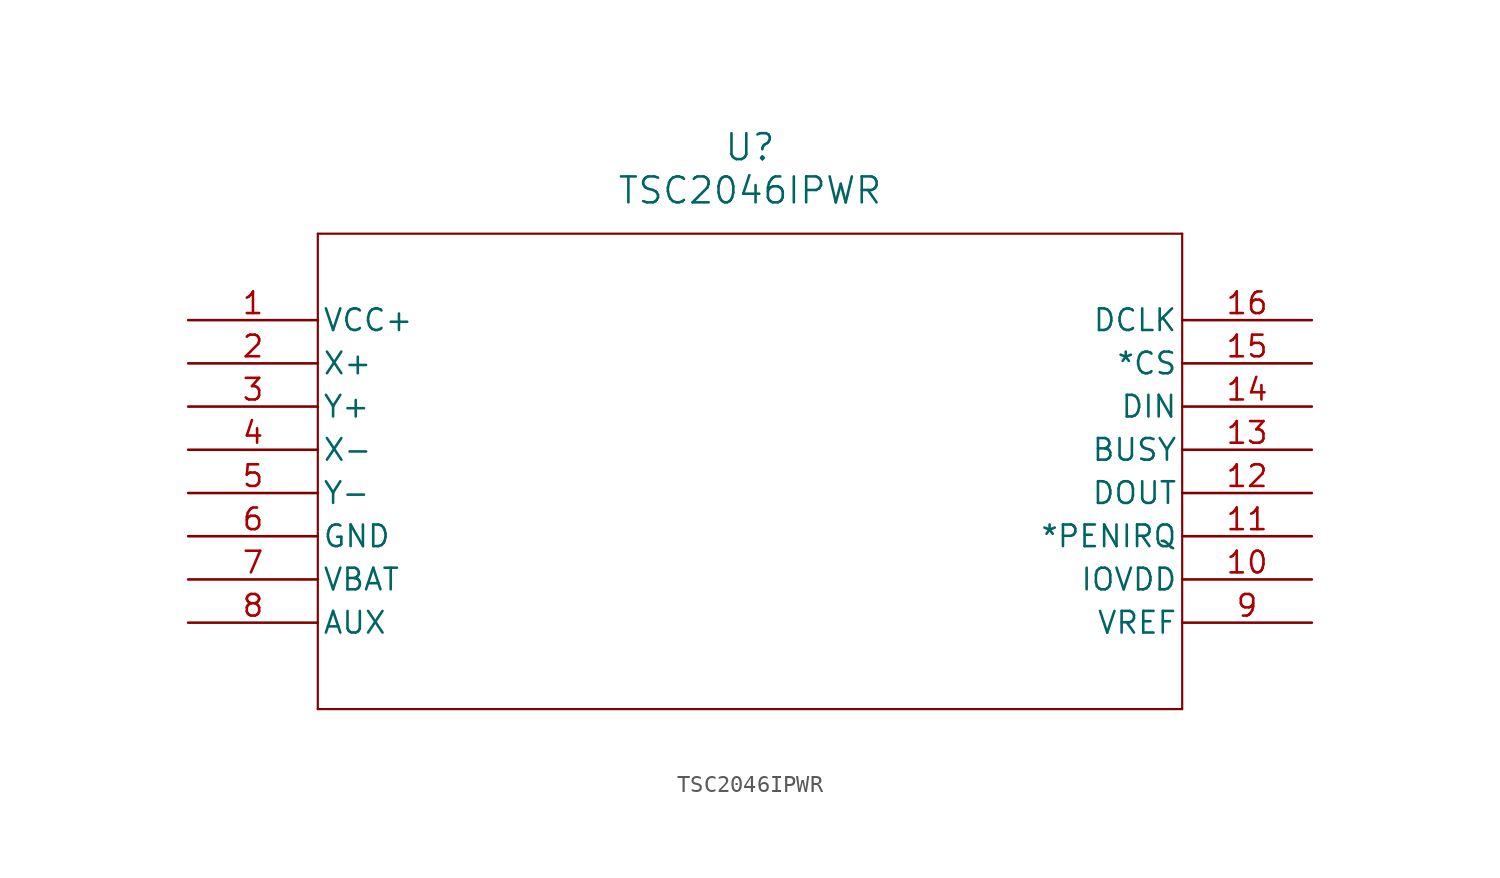
<source format=kicad_sym>
(kicad_symbol_lib
  (version 20211014)
  (generator kicad_symbol_editor)
  (symbol "TSC2046IPWR"
    (pin_names
      (offset 0.254))
    (property "Reference" "U"
      (at 33.02 10.16 0)
      (effects (font (size 1.524 1.524))))
    (property "Value" "TSC2046IPWR"
      (at 33.02 7.62 0)
      (effects (font (size 1.524 1.524))))
    (symbol "TSC2046IPWR_0_1"
      (polyline (pts (xy 7.62 5.08) (xy 7.62 -22.86)) (stroke (width 0.127) (type default) (color 0 0 0 0)) (fill (type none)))
      (polyline (pts (xy 7.62 -22.86) (xy 58.42 -22.86)) (stroke (width 0.127) (type default) (color 0 0 0 0)) (fill (type none)))
      (polyline (pts (xy 58.42 -22.86) (xy 58.42 5.08)) (stroke (width 0.127) (type default) (color 0 0 0 0)) (fill (type none)))
      (polyline (pts (xy 58.42 5.08) (xy 7.62 5.08)) (stroke (width 0.127) (type default) (color 0 0 0 0)) (fill (type none)))
      (pin power_in line (at 0 0 0) (length 7.62) (name "VCC+" (effects (font (size 1.27 1.27)))) (number "1" (effects (font (size 1.27 1.27)))))
      (pin input line (at 0 -2.54 0) (length 7.62) (name "X+" (effects (font (size 1.27 1.27)))) (number "2" (effects (font (size 1.27 1.27)))))
      (pin input line (at 0 -5.08 0) (length 7.62) (name "Y+" (effects (font (size 1.27 1.27)))) (number "3" (effects (font (size 1.27 1.27)))))
      (pin input line (at 0 -7.62 0) (length 7.62) (name "X-" (effects (font (size 1.27 1.27)))) (number "4" (effects (font (size 1.27 1.27)))))
      (pin input line (at 0 -10.16 0) (length 7.62) (name "Y-" (effects (font (size 1.27 1.27)))) (number "5" (effects (font (size 1.27 1.27)))))
      (pin power_in line (at 0 -12.7 0) (length 7.62) (name "GND" (effects (font (size 1.27 1.27)))) (number "6" (effects (font (size 1.27 1.27)))))
      (pin input line (at 0 -15.24 0) (length 7.62) (name "VBAT" (effects (font (size 1.27 1.27)))) (number "7" (effects (font (size 1.27 1.27)))))
      (pin input line (at 0 -17.78 0) (length 7.62) (name "AUX" (effects (font (size 1.27 1.27)))) (number "8" (effects (font (size 1.27 1.27)))))
      (pin power_in line (at 66.04 -17.78 180) (length 7.62) (name "VREF" (effects (font (size 1.27 1.27)))) (number "9" (effects (font (size 1.27 1.27)))))
      (pin bidirectional line (at 66.04 -15.24 180) (length 7.62) (name "IOVDD" (effects (font (size 1.27 1.27)))) (number "10" (effects (font (size 1.27 1.27)))))
      (pin input line (at 66.04 -12.7 180) (length 7.62) (name "*PENIRQ" (effects (font (size 1.27 1.27)))) (number "11" (effects (font (size 1.27 1.27)))))
      (pin output line (at 66.04 -10.16 180) (length 7.62) (name "DOUT" (effects (font (size 1.27 1.27)))) (number "12" (effects (font (size 1.27 1.27)))))
      (pin output line (at 66.04 -7.62 180) (length 7.62) (name "BUSY" (effects (font (size 1.27 1.27)))) (number "13" (effects (font (size 1.27 1.27)))))
      (pin input line (at 66.04 -5.08 180) (length 7.62) (name "DIN" (effects (font (size 1.27 1.27)))) (number "14" (effects (font (size 1.27 1.27)))))
      (pin input line (at 66.04 -2.54 180) (length 7.62) (name "*CS" (effects (font (size 1.27 1.27)))) (number "15" (effects (font (size 1.27 1.27)))))
      (pin input line (at 66.04 0 180) (length 7.62) (name "DCLK" (effects (font (size 1.27 1.27)))) (number "16" (effects (font (size 1.27 1.27))))))))
</source>
